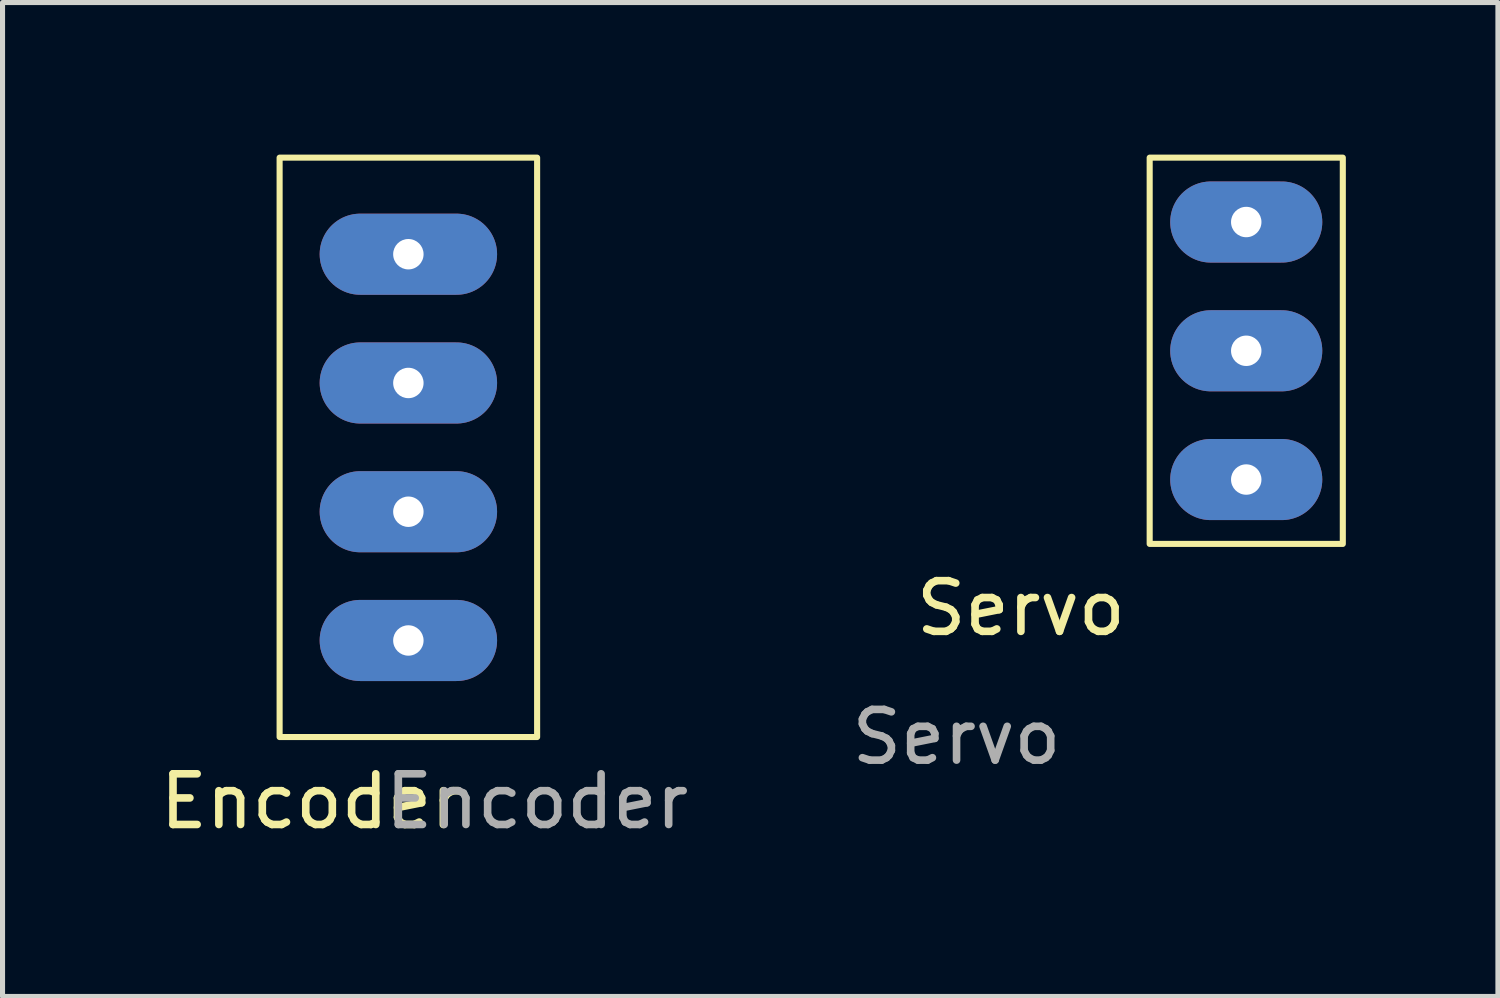
<source format=kicad_pcb>
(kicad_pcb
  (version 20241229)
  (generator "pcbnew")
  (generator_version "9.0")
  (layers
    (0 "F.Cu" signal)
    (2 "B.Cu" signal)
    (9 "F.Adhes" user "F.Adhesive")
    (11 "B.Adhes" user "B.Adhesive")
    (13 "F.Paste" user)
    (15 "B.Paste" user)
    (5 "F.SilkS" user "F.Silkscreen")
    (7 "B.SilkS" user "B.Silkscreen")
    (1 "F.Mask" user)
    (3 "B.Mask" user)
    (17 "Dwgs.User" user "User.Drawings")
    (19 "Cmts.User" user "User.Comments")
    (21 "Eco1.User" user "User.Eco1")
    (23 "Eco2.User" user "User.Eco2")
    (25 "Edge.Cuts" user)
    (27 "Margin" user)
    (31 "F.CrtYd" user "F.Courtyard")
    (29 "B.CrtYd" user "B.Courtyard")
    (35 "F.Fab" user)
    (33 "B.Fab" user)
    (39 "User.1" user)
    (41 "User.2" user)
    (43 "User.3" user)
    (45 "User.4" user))
  (footprint "Servo"
    (layer "F.Cu")
    (at 19.63 7.68)
    (property "Reference" "Servo" (at -2.54 1.27 0) (unlocked yes) (layer "F.SilkS") (effects (font (size 1 1) (thickness 0.15))))
    (attr smd)
    (fp_rect (start 3.81 0) (end 0 -7.62) (stroke (width 0.12) (type solid)) (fill no) (layer "F.SilkS"))
    (fp_text user "${REFERENCE}" (at -3.81 3.81 0) (unlocked yes) (layer "F.Fab") (effects (font (size 1 1) (thickness 0.15))))
    (pad "1" thru_hole oval (at 1.905 -3.81) (size 3 1.6) (drill 0.6) (layers "*.Cu" "*.Mask"))
    (pad "2" thru_hole oval (at 1.905 -6.35) (size 3 1.6) (drill 0.6) (layers "*.Cu" "*.Mask"))
    (pad "3" thru_hole oval (at 1.905 -1.27) (size 3 1.6) (drill 0.6) (layers "*.Cu" "*.Mask")))
  (footprint "Encoder"
    (layer "F.Cu")
    (at 2.466 11.49)
    (property "Reference" "Encoder" (at 0.635 1.27 0) (unlocked yes) (layer "F.SilkS") (effects (font (size 1 1) (thickness 0.15))))
    (attr smd)
    (fp_rect (start 0 -11.43) (end 5.08 0) (stroke (width 0.12) (type solid)) (fill no) (layer "F.SilkS"))
    (fp_text user "${REFERENCE}" (at 5.08 1.27 0) (unlocked yes) (layer "F.Fab") (effects (font (size 1 1) (thickness 0.15))))
    (pad "1" thru_hole oval (at 2.54 -9.525) (size 3.5 1.6) (drill 0.6) (layers "*.Cu" "*.Mask"))
    (pad "2" thru_hole oval (at 2.54 -6.985) (size 3.5 1.6) (drill 0.6) (layers "*.Cu" "*.Mask"))
    (pad "3" thru_hole oval (at 2.54 -4.445) (size 3.5 1.6) (drill 0.6) (layers "*.Cu" "*.Mask"))
    (pad "4" thru_hole oval (at 2.54 -1.905) (size 3.5 1.6) (drill 0.6) (layers "*.Cu" "*.Mask")))
  (gr_rect
    (start -3 -3)
    (end 26.5 16.608)
    (stroke (width 0.1) (type default))
    (fill no)
    (layer "Edge.Cuts")))
</source>
